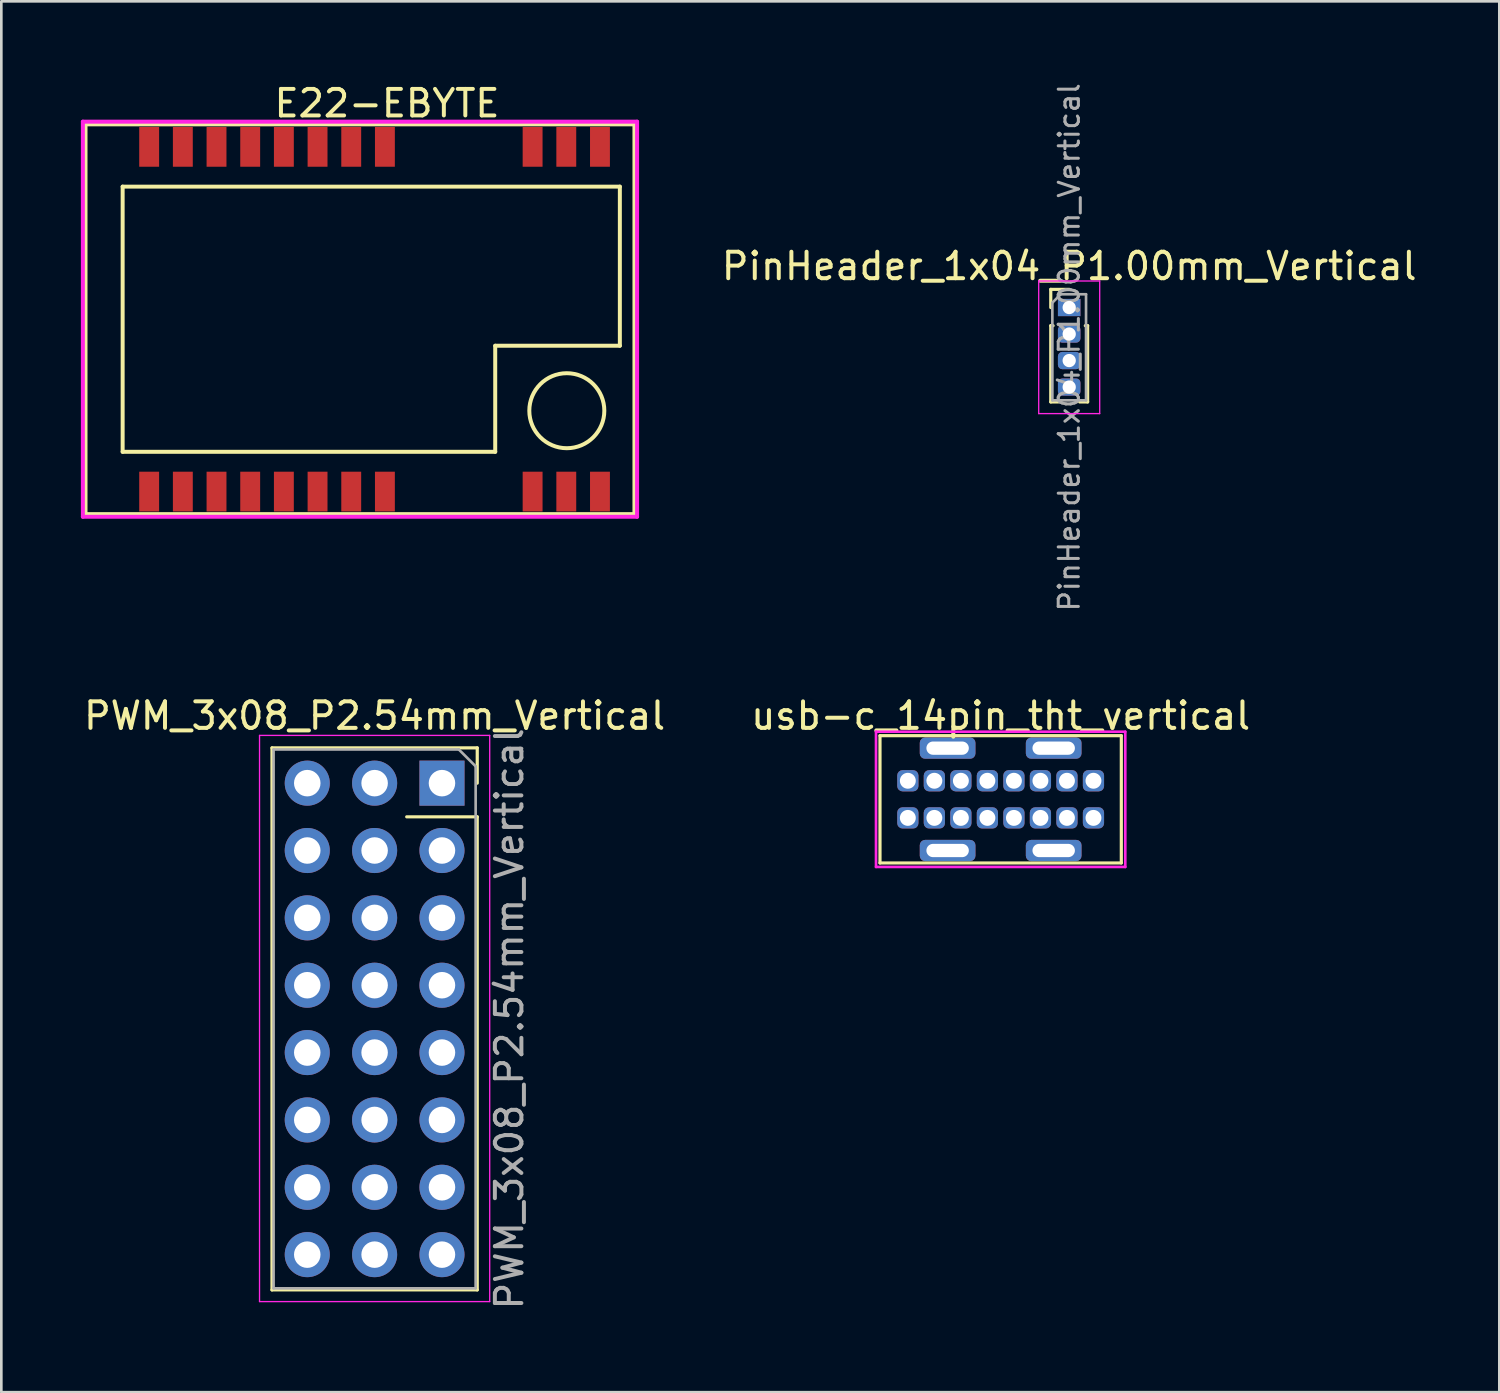
<source format=kicad_pcb>
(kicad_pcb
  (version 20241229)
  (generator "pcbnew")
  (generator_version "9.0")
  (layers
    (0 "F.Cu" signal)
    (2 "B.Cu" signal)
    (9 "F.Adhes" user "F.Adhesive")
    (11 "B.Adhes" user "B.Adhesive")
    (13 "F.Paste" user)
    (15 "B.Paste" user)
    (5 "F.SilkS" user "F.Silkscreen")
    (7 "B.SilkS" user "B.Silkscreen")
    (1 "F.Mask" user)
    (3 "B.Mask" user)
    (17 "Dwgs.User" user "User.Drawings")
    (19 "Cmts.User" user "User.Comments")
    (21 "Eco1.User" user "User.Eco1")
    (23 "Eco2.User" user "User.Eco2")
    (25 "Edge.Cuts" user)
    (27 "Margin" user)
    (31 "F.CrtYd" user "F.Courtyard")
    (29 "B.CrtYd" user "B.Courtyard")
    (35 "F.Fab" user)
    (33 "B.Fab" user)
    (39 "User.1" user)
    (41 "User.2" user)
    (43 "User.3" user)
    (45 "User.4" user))
  (footprint "PWM_3x08_P2.54mm_Vertical"
    (layer "F.Cu")
    (at 11.077 35.373)
    (property "Reference" "PWM_3x08_P2.54mm_Vertical" (at 0 -11.43 0) (layer "F.SilkS") (effects (font (size 1 1) (thickness 0.15))))
    (attr through_hole)
    (fp_line (start -3.87 -10.22) (end -3.87 10.22) (stroke (width 0.12) (type solid)) (layer "F.SilkS"))
    (fp_line (start 3.87 -10.22) (end -3.87 -10.22) (stroke (width 0.12) (type solid)) (layer "F.SilkS"))
    (fp_line (start 3.87 -8.89) (end 3.87 -10.22) (stroke (width 0.12) (type solid)) (layer "F.SilkS"))
    (fp_line (start 3.87 -7.62) (end 1.21 -7.62) (stroke (width 0.12) (type solid)) (layer "F.SilkS"))
    (fp_line (start 3.87 -7.62) (end 3.87 10.22) (stroke (width 0.12) (type solid)) (layer "F.SilkS"))
    (fp_line (start 3.87 10.22) (end -3.87 10.22) (stroke (width 0.12) (type solid)) (layer "F.SilkS"))
    (fp_line (start -4.34 -10.69) (end 4.34 -10.69) (stroke (width 0.05) (type solid)) (layer "F.CrtYd"))
    (fp_line (start -4.34 10.66) (end -4.34 -10.69) (stroke (width 0.05) (type solid)) (layer "F.CrtYd"))
    (fp_line (start 4.34 -10.69) (end 4.34 10.66) (stroke (width 0.05) (type solid)) (layer "F.CrtYd"))
    (fp_line (start 4.34 10.66) (end -4.34 10.66) (stroke (width 0.05) (type solid)) (layer "F.CrtYd"))
    (fp_line (start -3.81 -10.16) (end -3.81 10.16) (stroke (width 0.1) (type solid)) (layer "F.Fab"))
    (fp_line (start -3.81 10.16) (end 3.81 10.16) (stroke (width 0.1) (type solid)) (layer "F.Fab"))
    (fp_line (start 3.175 -10.16) (end -3.81 -10.16) (stroke (width 0.1) (type solid)) (layer "F.Fab"))
    (fp_line (start 3.81 -9.525) (end 3.175 -10.16) (stroke (width 0.1) (type solid)) (layer "F.Fab"))
    (fp_line (start 3.81 10.16) (end 3.81 -9.525) (stroke (width 0.1) (type solid)) (layer "F.Fab"))
    (fp_text user "${REFERENCE}" (at 5.08 0 90) (layer "F.Fab") (effects (font (size 1 1) (thickness 0.15))))
    (pad "1" thru_hole rect (at 2.54 -8.89) (size 1.7 1.7) (drill 1) (layers "*.Cu" "*.Mask"))
    (pad "2" thru_hole oval (at 2.54 -6.35) (size 1.7 1.7) (drill 1) (layers "*.Cu" "*.Mask"))
    (pad "3" thru_hole oval (at 2.54 -3.81) (size 1.7 1.7) (drill 1) (layers "*.Cu" "*.Mask"))
    (pad "4" thru_hole oval (at 2.54 -1.27) (size 1.7 1.7) (drill 1) (layers "*.Cu" "*.Mask"))
    (pad "5" thru_hole oval (at 2.54 1.27) (size 1.7 1.7) (drill 1) (layers "*.Cu" "*.Mask"))
    (pad "6" thru_hole oval (at 2.54 3.81) (size 1.7 1.7) (drill 1) (layers "*.Cu" "*.Mask"))
    (pad "7" thru_hole oval (at 2.54 6.35) (size 1.7 1.7) (drill 1) (layers "*.Cu" "*.Mask"))
    (pad "8" thru_hole oval (at 2.54 8.89) (size 1.7 1.7) (drill 1) (layers "*.Cu" "*.Mask"))
    (pad "9" thru_hole oval (at 0 -8.89) (size 1.7 1.7) (drill 1) (layers "*.Cu" "*.Mask"))
    (pad "9" thru_hole oval (at 0 -6.35) (size 1.7 1.7) (drill 1) (layers "*.Cu" "*.Mask"))
    (pad "9" thru_hole oval (at 0 -3.81) (size 1.7 1.7) (drill 1) (layers "*.Cu" "*.Mask"))
    (pad "9" thru_hole oval (at 0 -1.27) (size 1.7 1.7) (drill 1) (layers "*.Cu" "*.Mask"))
    (pad "9" thru_hole oval (at 0 1.27) (size 1.7 1.7) (drill 1) (layers "*.Cu" "*.Mask"))
    (pad "9" thru_hole oval (at 0 3.81) (size 1.7 1.7) (drill 1) (layers "*.Cu" "*.Mask"))
    (pad "9" thru_hole oval (at 0 6.35) (size 1.7 1.7) (drill 1) (layers "*.Cu" "*.Mask"))
    (pad "9" thru_hole oval (at 0 8.89) (size 1.7 1.7) (drill 1) (layers "*.Cu" "*.Mask"))
    (pad "10" thru_hole oval (at -2.54 -8.89) (size 1.7 1.7) (drill 1) (layers "*.Cu" "*.Mask"))
    (pad "10" thru_hole oval (at -2.54 -6.35) (size 1.7 1.7) (drill 1) (layers "*.Cu" "*.Mask"))
    (pad "10" thru_hole oval (at -2.54 -3.81) (size 1.7 1.7) (drill 1) (layers "*.Cu" "*.Mask"))
    (pad "10" thru_hole oval (at -2.54 -1.27) (size 1.7 1.7) (drill 1) (layers "*.Cu" "*.Mask"))
    (pad "10" thru_hole oval (at -2.54 1.27) (size 1.7 1.7) (drill 1) (layers "*.Cu" "*.Mask"))
    (pad "10" thru_hole oval (at -2.54 3.81) (size 1.7 1.7) (drill 1) (layers "*.Cu" "*.Mask"))
    (pad "10" thru_hole oval (at -2.54 6.35) (size 1.7 1.7) (drill 1) (layers "*.Cu" "*.Mask"))
    (pad "10" thru_hole oval (at -2.54 8.89) (size 1.7 1.7) (drill 1) (layers "*.Cu" "*.Mask")))
  (footprint "PinHeader_1x04_P1.00mm_Vertical"
    (layer "F.Cu")
    (at 37.27 8.547)
    (property "Reference" "PinHeader_1x04_P1.00mm_Vertical" (at 0 -1.56 0) (layer "F.SilkS") (effects (font (size 1 1) (thickness 0.15))))
    (attr through_hole)
    (fp_line (start -0.695 -0.685) (end 0 -0.685) (stroke (width 0.12) (type solid)) (layer "F.SilkS"))
    (fp_line (start -0.695 0) (end -0.695 -0.685) (stroke (width 0.12) (type solid)) (layer "F.SilkS"))
    (fp_line (start -0.695 0.685) (end -0.695 3.56) (stroke (width 0.12) (type solid)) (layer "F.SilkS"))
    (fp_line (start -0.695 0.685) (end -0.608 0.685) (stroke (width 0.12) (type solid)) (layer "F.SilkS"))
    (fp_line (start -0.695 3.56) (end -0.394 3.56) (stroke (width 0.12) (type solid)) (layer "F.SilkS"))
    (fp_line (start 0.394 3.56) (end 0.695 3.56) (stroke (width 0.12) (type solid)) (layer "F.SilkS"))
    (fp_line (start 0.608 0.685) (end 0.695 0.685) (stroke (width 0.12) (type solid)) (layer "F.SilkS"))
    (fp_line (start 0.695 0.685) (end 0.695 3.56) (stroke (width 0.12) (type solid)) (layer "F.SilkS"))
    (fp_line (start -1.15 -1) (end -1.15 4) (stroke (width 0.05) (type solid)) (layer "F.CrtYd"))
    (fp_line (start -1.15 4) (end 1.15 4) (stroke (width 0.05) (type solid)) (layer "F.CrtYd"))
    (fp_line (start 1.15 -1) (end -1.15 -1) (stroke (width 0.05) (type solid)) (layer "F.CrtYd"))
    (fp_line (start 1.15 4) (end 1.15 -1) (stroke (width 0.05) (type solid)) (layer "F.CrtYd"))
    (fp_line (start -0.635 -0.182) (end -0.318 -0.5) (stroke (width 0.1) (type solid)) (layer "F.Fab"))
    (fp_line (start -0.635 3.5) (end -0.635 -0.182) (stroke (width 0.1) (type solid)) (layer "F.Fab"))
    (fp_line (start -0.318 -0.5) (end 0.635 -0.5) (stroke (width 0.1) (type solid)) (layer "F.Fab"))
    (fp_line (start 0.635 -0.5) (end 0.635 3.5) (stroke (width 0.1) (type solid)) (layer "F.Fab"))
    (fp_line (start 0.635 3.5) (end -0.635 3.5) (stroke (width 0.1) (type solid)) (layer "F.Fab"))
    (fp_text user "${REFERENCE}" (at 0 1.5 90) (layer "F.Fab") (effects (font (size 0.76 0.76) (thickness 0.114))))
    (pad "1" thru_hole rect (at 0 0) (size 0.85 0.65) (drill 0.5) (layers "*.Cu" "*.Mask"))
    (pad "2" thru_hole roundrect (at 0 1) (size 0.85 0.65) (drill 0.5) (layers "*.Cu" "*.Mask") (roundrect_rratio 0.25))
    (pad "3" thru_hole roundrect (at 0 2) (size 0.85 0.65) (drill 0.5) (layers "*.Cu" "*.Mask") (roundrect_rratio 0.25))
    (pad "4" thru_hole roundrect (at 0 3) (size 0.85 0.65) (drill 0.5) (layers "*.Cu" "*.Mask") (roundrect_rratio 0.25)))
  (footprint "E22-EBYTE"
    (layer "F.Cu")
    (at 11.575 8.988)
    (property "Reference" "E22-EBYTE" (at -0.03 -8.14 180) (layer "F.SilkS") (effects (font (size 1 1) (thickness 0.15))))
    (attr through_hole)
    (fp_line (start -11.4 -7.35) (end 9.3 -7.35) (stroke (width 0.15) (type solid)) (layer "F.SilkS"))
    (fp_line (start -11.4 7.35) (end -11.4 -7.35) (stroke (width 0.15) (type solid)) (layer "F.SilkS"))
    (fp_line (start -10 -5) (end 8.75 -5) (stroke (width 0.15) (type solid)) (layer "F.SilkS"))
    (fp_line (start -10 5) (end -10 -5) (stroke (width 0.15) (type solid)) (layer "F.SilkS"))
    (fp_line (start 4.05 1) (end 4.05 5) (stroke (width 0.15) (type solid)) (layer "F.SilkS"))
    (fp_line (start 4.05 5) (end -10 5) (stroke (width 0.15) (type solid)) (layer "F.SilkS"))
    (fp_line (start 8.75 -5) (end 8.75 1) (stroke (width 0.15) (type solid)) (layer "F.SilkS"))
    (fp_line (start 8.75 1) (end 4.05 1) (stroke (width 0.15) (type solid)) (layer "F.SilkS"))
    (fp_line (start 9.3 -7.35) (end 9.3 7.35) (stroke (width 0.15) (type solid)) (layer "F.SilkS"))
    (fp_line (start 9.3 7.35) (end -11.4 7.35) (stroke (width 0.15) (type solid)) (layer "F.SilkS"))
    (fp_circle (center 6.75 3.45) (end 7.75 2.45) (stroke (width 0.15) (type solid)) (fill no) (layer "F.SilkS"))
    (fp_line (start -11.5 -7.45) (end 9.4 -7.45) (stroke (width 0.15) (type solid)) (layer "F.CrtYd"))
    (fp_line (start -11.5 7.45) (end -11.5 -7.45) (stroke (width 0.15) (type solid)) (layer "F.CrtYd"))
    (fp_line (start 9.4 -7.45) (end 9.4 7.45) (stroke (width 0.15) (type solid)) (layer "F.CrtYd"))
    (fp_line (start 9.4 7.45) (end -11.5 7.45) (stroke (width 0.15) (type solid)) (layer "F.CrtYd"))
    (pad "1" smd rect (at 8 -6.5) (size 0.75 1.5) (layers "F.Cu" "F.Mask" "F.Paste"))
    (pad "2" smd rect (at 6.73 -6.5) (size 0.75 1.5) (layers "F.Cu" "F.Mask" "F.Paste"))
    (pad "3" smd rect (at 5.46 -6.5) (size 0.75 1.5) (layers "F.Cu" "F.Mask" "F.Paste"))
    (pad "4" smd rect (at -0.11 -6.5) (size 0.75 1.5) (layers "F.Cu" "F.Mask" "F.Paste"))
    (pad "5" smd rect (at -1.38 -6.5) (size 0.75 1.5) (layers "F.Cu" "F.Mask" "F.Paste"))
    (pad "6" smd rect (at -2.65 -6.5) (size 0.75 1.5) (layers "F.Cu" "F.Mask" "F.Paste"))
    (pad "7" smd rect (at -3.92 -6.5) (size 0.75 1.5) (layers "F.Cu" "F.Mask" "F.Paste"))
    (pad "8" smd rect (at -5.19 -6.5) (size 0.75 1.5) (layers "F.Cu" "F.Mask" "F.Paste"))
    (pad "9" smd rect (at -6.46 -6.5) (size 0.75 1.5) (layers "F.Cu" "F.Mask" "F.Paste"))
    (pad "10" smd rect (at -7.73 -6.5) (size 0.75 1.5) (layers "F.Cu" "F.Mask" "F.Paste"))
    (pad "11" smd rect (at -9 -6.5) (size 0.75 1.5) (layers "F.Cu" "F.Mask" "F.Paste"))
    (pad "12" smd rect (at -9 6.5) (size 0.75 1.5) (layers "F.Cu" "F.Mask" "F.Paste"))
    (pad "13" smd rect (at -7.73 6.5) (size 0.75 1.5) (layers "F.Cu" "F.Mask" "F.Paste"))
    (pad "14" smd rect (at -6.46 6.5) (size 0.75 1.5) (layers "F.Cu" "F.Mask" "F.Paste"))
    (pad "15" smd rect (at -5.19 6.5) (size 0.75 1.5) (layers "F.Cu" "F.Mask" "F.Paste"))
    (pad "16" smd rect (at -3.92 6.5) (size 0.75 1.5) (layers "F.Cu" "F.Mask" "F.Paste"))
    (pad "17" smd rect (at -2.65 6.5) (size 0.75 1.5) (layers "F.Cu" "F.Mask" "F.Paste"))
    (pad "18" smd rect (at -1.38 6.5) (size 0.75 1.5) (layers "F.Cu" "F.Mask" "F.Paste"))
    (pad "19" smd rect (at -0.11 6.5) (size 0.75 1.5) (layers "F.Cu" "F.Mask" "F.Paste"))
    (pad "20" smd rect (at 5.46 6.5) (size 0.75 1.5) (layers "F.Cu" "F.Mask" "F.Paste"))
    (pad "21" smd rect (at 6.73 6.5) (size 0.75 1.5) (layers "F.Cu" "F.Mask" "F.Paste"))
    (pad "22" smd rect (at 8 6.5) (size 0.75 1.5) (layers "F.Cu" "F.Mask" "F.Paste")))
  (footprint "usb-c_14pin_tht_vertical"
    (layer "F.Cu")
    (at 34.685 27.093)
    (property "Reference" "usb-c_14pin_tht_vertical" (at 0 -3.15 0) (layer "F.SilkS") (effects (font (size 1 1) (thickness 0.15))))
    (attr through_hole)
    (fp_line (start -4.55 -2.4) (end 4.55 -2.4) (stroke (width 0.12) (type solid)) (layer "F.SilkS"))
    (fp_line (start -4.55 2.4) (end -4.55 -2.4) (stroke (width 0.12) (type solid)) (layer "F.SilkS"))
    (fp_line (start 4.55 -2.4) (end 4.55 2.4) (stroke (width 0.12) (type solid)) (layer "F.SilkS"))
    (fp_line (start 4.55 2.4) (end -4.55 2.4) (stroke (width 0.12) (type solid)) (layer "F.SilkS"))
    (fp_line (start -4.7 -2.55) (end 4.7 -2.55) (stroke (width 0.1) (type solid)) (layer "F.CrtYd"))
    (fp_line (start -4.7 2.55) (end -4.7 -2.55) (stroke (width 0.1) (type solid)) (layer "F.CrtYd"))
    (fp_line (start 4.7 -2.55) (end 4.7 2.55) (stroke (width 0.1) (type solid)) (layer "F.CrtYd"))
    (fp_line (start 4.7 2.55) (end -4.7 2.55) (stroke (width 0.1) (type solid)) (layer "F.CrtYd"))
    (pad "A1" thru_hole roundrect (at -3.5 -0.7) (size 0.8 0.8) (drill 0.6) (layers "*.Cu" "*.Mask") (roundrect_rratio 0.25))
    (pad "A4" thru_hole roundrect (at -2.5 -0.7) (size 0.8 0.8) (drill 0.6) (layers "*.Cu" "*.Mask") (roundrect_rratio 0.25))
    (pad "A5" thru_hole roundrect (at -1.5 -0.7) (size 0.8 0.8) (drill 0.6) (layers "*.Cu" "*.Mask") (roundrect_rratio 0.25))
    (pad "A6" thru_hole roundrect (at -0.5 -0.7) (size 0.8 0.8) (drill 0.6) (layers "*.Cu" "*.Mask") (roundrect_rratio 0.25))
    (pad "A7" thru_hole roundrect (at 0.5 -0.7) (size 0.8 0.8) (drill 0.6) (layers "*.Cu" "*.Mask") (roundrect_rratio 0.25))
    (pad "A8" thru_hole roundrect (at 1.5 -0.7) (size 0.8 0.8) (drill 0.6) (layers "*.Cu" "*.Mask") (roundrect_rratio 0.25))
    (pad "A9" thru_hole roundrect (at 2.5 -0.7) (size 0.8 0.8) (drill 0.6) (layers "*.Cu" "*.Mask") (roundrect_rratio 0.25))
    (pad "A12" thru_hole roundrect (at 3.5 -0.7) (size 0.8 0.8) (drill 0.6) (layers "*.Cu" "*.Mask") (roundrect_rratio 0.25))
    (pad "B1" thru_hole roundrect (at 3.5 0.7) (size 0.8 0.8) (drill 0.6) (layers "*.Cu" "*.Mask") (roundrect_rratio 0.25))
    (pad "B4" thru_hole roundrect (at 2.5 0.7) (size 0.8 0.8) (drill 0.6) (layers "*.Cu" "*.Mask") (roundrect_rratio 0.25))
    (pad "B5" thru_hole roundrect (at 1.5 0.7) (size 0.8 0.8) (drill 0.6) (layers "*.Cu" "*.Mask") (roundrect_rratio 0.25))
    (pad "B6" thru_hole roundrect (at 0.5 0.7) (size 0.8 0.8) (drill 0.6) (layers "*.Cu" "*.Mask") (roundrect_rratio 0.25))
    (pad "B7" thru_hole roundrect (at -0.5 0.7) (size 0.8 0.8) (drill 0.6) (layers "*.Cu" "*.Mask") (roundrect_rratio 0.25))
    (pad "B8" thru_hole roundrect (at -1.5 0.7) (size 0.8 0.8) (drill 0.6) (layers "*.Cu" "*.Mask") (roundrect_rratio 0.25))
    (pad "B9" thru_hole roundrect (at -2.5 0.7) (size 0.8 0.8) (drill 0.6) (layers "*.Cu" "*.Mask") (roundrect_rratio 0.25))
    (pad "B12" thru_hole roundrect (at -3.5 0.7) (size 0.8 0.8) (drill 0.6) (layers "*.Cu" "*.Mask") (roundrect_rratio 0.25))
    (pad "S1" thru_hole roundrect (at -2 -1.93) (size 2.1 0.8) (drill oval 1.6 0.5) (layers "*.Cu" "*.Mask") (roundrect_rratio 0.25))
    (pad "S1" thru_hole roundrect (at -2 1.93) (size 2.1 0.8) (drill oval 1.6 0.5) (layers "*.Cu" "*.Mask") (roundrect_rratio 0.25))
    (pad "S1" thru_hole roundrect (at 2 -1.93) (size 2.1 0.8) (drill oval 1.6 0.5) (layers "*.Cu" "*.Mask") (roundrect_rratio 0.25))
    (pad "S1" thru_hole roundrect (at 2 1.93) (size 2.1 0.8) (drill oval 1.6 0.5) (layers "*.Cu" "*.Mask") (roundrect_rratio 0.25)))
  (gr_rect
    (start -3 -3)
    (end 53.49 49.45)
    (stroke (width 0.1) (type default))
    (fill no)
    (layer "Edge.Cuts")))
</source>
